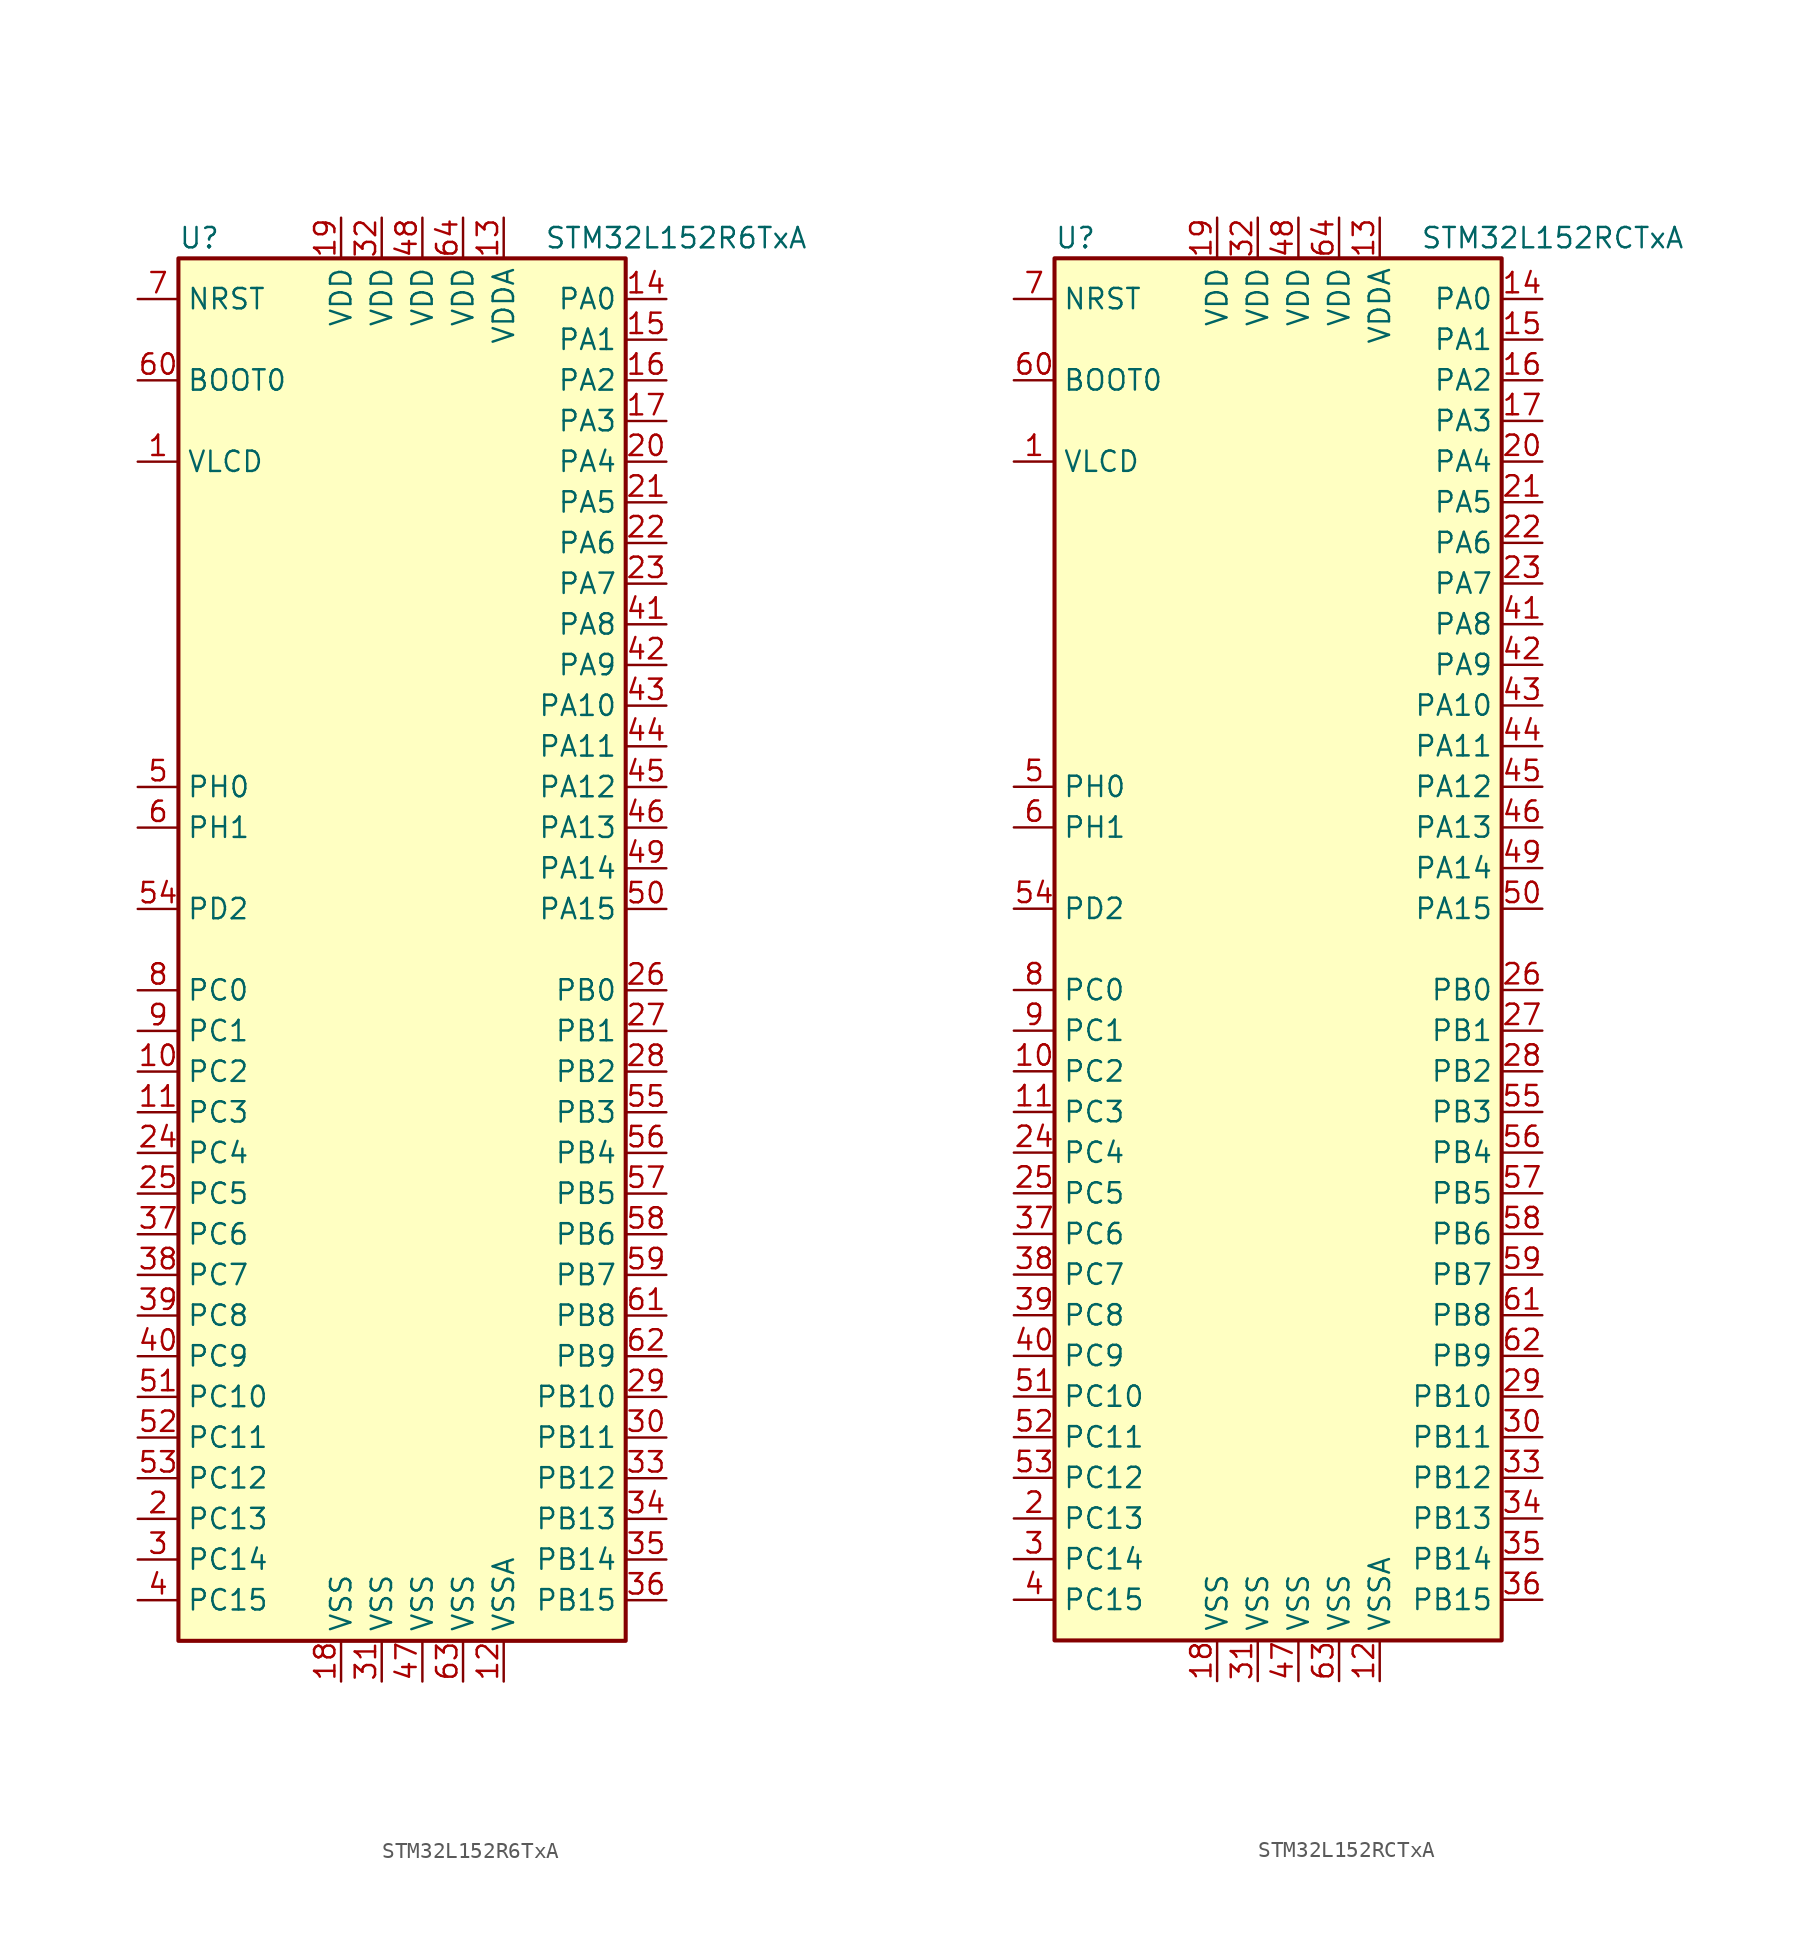
<source format=kicad_sym>
(kicad_symbol_lib
  (version 20201005)
  (generator kicad_symbol_editor)
  (symbol "STM32L152R6TxA"
    (property "Reference" "U"
      (at -15.24 44.45 0)
      (effects (font (size 1.27 1.27)) (justify left)))
    (property "Value" "STM32L152R6TxA"
      (at 7.62 44.45 0)
      (effects (font (size 1.27 1.27)) (justify left)))
    (symbol "STM32L152R6TxA_0_1"
      (rectangle (start -15.24 -43.18) (end 12.7 43.18) (stroke (width 0.254)) (fill (type background))))
    (symbol "STM32L152R6TxA_1_1"
      (pin input line (at -17.78 35.56 0) (length 2.54) (name "BOOT0" (effects (font (size 1.27 1.27)))) (number "60" (effects (font (size 1.27 1.27)))))
      (pin input line (at -17.78 40.64 0) (length 2.54) (name "NRST" (effects (font (size 1.27 1.27)))) (number "7" (effects (font (size 1.27 1.27)))))
      (pin bidirectional line (at 15.24 40.64 180) (length 2.54) (name "PA0" (effects (font (size 1.27 1.27)))) (number "14" (effects (font (size 1.27 1.27)))))
      (pin bidirectional line (at 15.24 38.1 180) (length 2.54) (name "PA1" (effects (font (size 1.27 1.27)))) (number "15" (effects (font (size 1.27 1.27)))))
      (pin bidirectional line (at 15.24 15.24 180) (length 2.54) (name "PA10" (effects (font (size 1.27 1.27)))) (number "43" (effects (font (size 1.27 1.27)))))
      (pin bidirectional line (at 15.24 12.7 180) (length 2.54) (name "PA11" (effects (font (size 1.27 1.27)))) (number "44" (effects (font (size 1.27 1.27)))))
      (pin bidirectional line (at 15.24 10.16 180) (length 2.54) (name "PA12" (effects (font (size 1.27 1.27)))) (number "45" (effects (font (size 1.27 1.27)))))
      (pin bidirectional line (at 15.24 7.62 180) (length 2.54) (name "PA13" (effects (font (size 1.27 1.27)))) (number "46" (effects (font (size 1.27 1.27)))))
      (pin bidirectional line (at 15.24 5.08 180) (length 2.54) (name "PA14" (effects (font (size 1.27 1.27)))) (number "49" (effects (font (size 1.27 1.27)))))
      (pin bidirectional line (at 15.24 2.54 180) (length 2.54) (name "PA15" (effects (font (size 1.27 1.27)))) (number "50" (effects (font (size 1.27 1.27)))))
      (pin bidirectional line (at 15.24 35.56 180) (length 2.54) (name "PA2" (effects (font (size 1.27 1.27)))) (number "16" (effects (font (size 1.27 1.27)))))
      (pin bidirectional line (at 15.24 33.02 180) (length 2.54) (name "PA3" (effects (font (size 1.27 1.27)))) (number "17" (effects (font (size 1.27 1.27)))))
      (pin bidirectional line (at 15.24 30.48 180) (length 2.54) (name "PA4" (effects (font (size 1.27 1.27)))) (number "20" (effects (font (size 1.27 1.27)))))
      (pin bidirectional line (at 15.24 27.94 180) (length 2.54) (name "PA5" (effects (font (size 1.27 1.27)))) (number "21" (effects (font (size 1.27 1.27)))))
      (pin bidirectional line (at 15.24 25.4 180) (length 2.54) (name "PA6" (effects (font (size 1.27 1.27)))) (number "22" (effects (font (size 1.27 1.27)))))
      (pin bidirectional line (at 15.24 22.86 180) (length 2.54) (name "PA7" (effects (font (size 1.27 1.27)))) (number "23" (effects (font (size 1.27 1.27)))))
      (pin bidirectional line (at 15.24 20.32 180) (length 2.54) (name "PA8" (effects (font (size 1.27 1.27)))) (number "41" (effects (font (size 1.27 1.27)))))
      (pin bidirectional line (at 15.24 17.78 180) (length 2.54) (name "PA9" (effects (font (size 1.27 1.27)))) (number "42" (effects (font (size 1.27 1.27)))))
      (pin bidirectional line (at 15.24 -2.54 180) (length 2.54) (name "PB0" (effects (font (size 1.27 1.27)))) (number "26" (effects (font (size 1.27 1.27)))))
      (pin bidirectional line (at 15.24 -5.08 180) (length 2.54) (name "PB1" (effects (font (size 1.27 1.27)))) (number "27" (effects (font (size 1.27 1.27)))))
      (pin bidirectional line (at 15.24 -27.94 180) (length 2.54) (name "PB10" (effects (font (size 1.27 1.27)))) (number "29" (effects (font (size 1.27 1.27)))))
      (pin bidirectional line (at 15.24 -30.48 180) (length 2.54) (name "PB11" (effects (font (size 1.27 1.27)))) (number "30" (effects (font (size 1.27 1.27)))))
      (pin bidirectional line (at 15.24 -33.02 180) (length 2.54) (name "PB12" (effects (font (size 1.27 1.27)))) (number "33" (effects (font (size 1.27 1.27)))))
      (pin bidirectional line (at 15.24 -35.56 180) (length 2.54) (name "PB13" (effects (font (size 1.27 1.27)))) (number "34" (effects (font (size 1.27 1.27)))))
      (pin bidirectional line (at 15.24 -38.1 180) (length 2.54) (name "PB14" (effects (font (size 1.27 1.27)))) (number "35" (effects (font (size 1.27 1.27)))))
      (pin bidirectional line (at 15.24 -40.64 180) (length 2.54) (name "PB15" (effects (font (size 1.27 1.27)))) (number "36" (effects (font (size 1.27 1.27)))))
      (pin bidirectional line (at 15.24 -7.62 180) (length 2.54) (name "PB2" (effects (font (size 1.27 1.27)))) (number "28" (effects (font (size 1.27 1.27)))))
      (pin bidirectional line (at 15.24 -10.16 180) (length 2.54) (name "PB3" (effects (font (size 1.27 1.27)))) (number "55" (effects (font (size 1.27 1.27)))))
      (pin bidirectional line (at 15.24 -12.7 180) (length 2.54) (name "PB4" (effects (font (size 1.27 1.27)))) (number "56" (effects (font (size 1.27 1.27)))))
      (pin bidirectional line (at 15.24 -15.24 180) (length 2.54) (name "PB5" (effects (font (size 1.27 1.27)))) (number "57" (effects (font (size 1.27 1.27)))))
      (pin bidirectional line (at 15.24 -17.78 180) (length 2.54) (name "PB6" (effects (font (size 1.27 1.27)))) (number "58" (effects (font (size 1.27 1.27)))))
      (pin bidirectional line (at 15.24 -20.32 180) (length 2.54) (name "PB7" (effects (font (size 1.27 1.27)))) (number "59" (effects (font (size 1.27 1.27)))))
      (pin bidirectional line (at 15.24 -22.86 180) (length 2.54) (name "PB8" (effects (font (size 1.27 1.27)))) (number "61" (effects (font (size 1.27 1.27)))))
      (pin bidirectional line (at 15.24 -25.4 180) (length 2.54) (name "PB9" (effects (font (size 1.27 1.27)))) (number "62" (effects (font (size 1.27 1.27)))))
      (pin bidirectional line (at -17.78 -2.54 0) (length 2.54) (name "PC0" (effects (font (size 1.27 1.27)))) (number "8" (effects (font (size 1.27 1.27)))))
      (pin bidirectional line (at -17.78 -5.08 0) (length 2.54) (name "PC1" (effects (font (size 1.27 1.27)))) (number "9" (effects (font (size 1.27 1.27)))))
      (pin bidirectional line (at -17.78 -27.94 0) (length 2.54) (name "PC10" (effects (font (size 1.27 1.27)))) (number "51" (effects (font (size 1.27 1.27)))))
      (pin bidirectional line (at -17.78 -30.48 0) (length 2.54) (name "PC11" (effects (font (size 1.27 1.27)))) (number "52" (effects (font (size 1.27 1.27)))))
      (pin bidirectional line (at -17.78 -33.02 0) (length 2.54) (name "PC12" (effects (font (size 1.27 1.27)))) (number "53" (effects (font (size 1.27 1.27)))))
      (pin bidirectional line (at -17.78 -35.56 0) (length 2.54) (name "PC13" (effects (font (size 1.27 1.27)))) (number "2" (effects (font (size 1.27 1.27)))))
      (pin bidirectional line (at -17.78 -38.1 0) (length 2.54) (name "PC14" (effects (font (size 1.27 1.27)))) (number "3" (effects (font (size 1.27 1.27)))))
      (pin bidirectional line (at -17.78 -40.64 0) (length 2.54) (name "PC15" (effects (font (size 1.27 1.27)))) (number "4" (effects (font (size 1.27 1.27)))))
      (pin bidirectional line (at -17.78 -7.62 0) (length 2.54) (name "PC2" (effects (font (size 1.27 1.27)))) (number "10" (effects (font (size 1.27 1.27)))))
      (pin bidirectional line (at -17.78 -10.16 0) (length 2.54) (name "PC3" (effects (font (size 1.27 1.27)))) (number "11" (effects (font (size 1.27 1.27)))))
      (pin bidirectional line (at -17.78 -12.7 0) (length 2.54) (name "PC4" (effects (font (size 1.27 1.27)))) (number "24" (effects (font (size 1.27 1.27)))))
      (pin bidirectional line (at -17.78 -15.24 0) (length 2.54) (name "PC5" (effects (font (size 1.27 1.27)))) (number "25" (effects (font (size 1.27 1.27)))))
      (pin bidirectional line (at -17.78 -17.78 0) (length 2.54) (name "PC6" (effects (font (size 1.27 1.27)))) (number "37" (effects (font (size 1.27 1.27)))))
      (pin bidirectional line (at -17.78 -20.32 0) (length 2.54) (name "PC7" (effects (font (size 1.27 1.27)))) (number "38" (effects (font (size 1.27 1.27)))))
      (pin bidirectional line (at -17.78 -22.86 0) (length 2.54) (name "PC8" (effects (font (size 1.27 1.27)))) (number "39" (effects (font (size 1.27 1.27)))))
      (pin bidirectional line (at -17.78 -25.4 0) (length 2.54) (name "PC9" (effects (font (size 1.27 1.27)))) (number "40" (effects (font (size 1.27 1.27)))))
      (pin bidirectional line (at -17.78 2.54 0) (length 2.54) (name "PD2" (effects (font (size 1.27 1.27)))) (number "54" (effects (font (size 1.27 1.27)))))
      (pin input line (at -17.78 10.16 0) (length 2.54) (name "PH0" (effects (font (size 1.27 1.27)))) (number "5" (effects (font (size 1.27 1.27)))))
      (pin input line (at -17.78 7.62 0) (length 2.54) (name "PH1" (effects (font (size 1.27 1.27)))) (number "6" (effects (font (size 1.27 1.27)))))
      (pin power_in line (at -5.08 45.72 270) (length 2.54) (name "VDD" (effects (font (size 1.27 1.27)))) (number "19" (effects (font (size 1.27 1.27)))))
      (pin power_in line (at -2.54 45.72 270) (length 2.54) (name "VDD" (effects (font (size 1.27 1.27)))) (number "32" (effects (font (size 1.27 1.27)))))
      (pin power_in line (at 0 45.72 270) (length 2.54) (name "VDD" (effects (font (size 1.27 1.27)))) (number "48" (effects (font (size 1.27 1.27)))))
      (pin power_in line (at 2.54 45.72 270) (length 2.54) (name "VDD" (effects (font (size 1.27 1.27)))) (number "64" (effects (font (size 1.27 1.27)))))
      (pin power_in line (at 5.08 45.72 270) (length 2.54) (name "VDDA" (effects (font (size 1.27 1.27)))) (number "13" (effects (font (size 1.27 1.27)))))
      (pin power_in line (at -17.78 30.48 0) (length 2.54) (name "VLCD" (effects (font (size 1.27 1.27)))) (number "1" (effects (font (size 1.27 1.27)))))
      (pin power_in line (at -5.08 -45.72 90) (length 2.54) (name "VSS" (effects (font (size 1.27 1.27)))) (number "18" (effects (font (size 1.27 1.27)))))
      (pin power_in line (at -2.54 -45.72 90) (length 2.54) (name "VSS" (effects (font (size 1.27 1.27)))) (number "31" (effects (font (size 1.27 1.27)))))
      (pin power_in line (at 0 -45.72 90) (length 2.54) (name "VSS" (effects (font (size 1.27 1.27)))) (number "47" (effects (font (size 1.27 1.27)))))
      (pin power_in line (at 2.54 -45.72 90) (length 2.54) (name "VSS" (effects (font (size 1.27 1.27)))) (number "63" (effects (font (size 1.27 1.27)))))
      (pin power_in line (at 5.08 -45.72 90) (length 2.54) (name "VSSA" (effects (font (size 1.27 1.27)))) (number "12" (effects (font (size 1.27 1.27)))))))
  (symbol "STM32L152RCTxA"
    (property "Reference" "U"
      (at -15.24 44.45 0)
      (effects (font (size 1.27 1.27)) (justify left)))
    (property "Value" "STM32L152RCTxA"
      (at 7.62 44.45 0)
      (effects (font (size 1.27 1.27)) (justify left)))
    (symbol "STM32L152RCTxA_0_1"
      (rectangle (start -15.24 -43.18) (end 12.7 43.18) (stroke (width 0.254)) (fill (type background))))
    (symbol "STM32L152RCTxA_1_1"
      (pin input line (at -17.78 35.56 0) (length 2.54) (name "BOOT0" (effects (font (size 1.27 1.27)))) (number "60" (effects (font (size 1.27 1.27)))))
      (pin input line (at -17.78 40.64 0) (length 2.54) (name "NRST" (effects (font (size 1.27 1.27)))) (number "7" (effects (font (size 1.27 1.27)))))
      (pin bidirectional line (at 15.24 40.64 180) (length 2.54) (name "PA0" (effects (font (size 1.27 1.27)))) (number "14" (effects (font (size 1.27 1.27)))))
      (pin bidirectional line (at 15.24 38.1 180) (length 2.54) (name "PA1" (effects (font (size 1.27 1.27)))) (number "15" (effects (font (size 1.27 1.27)))))
      (pin bidirectional line (at 15.24 15.24 180) (length 2.54) (name "PA10" (effects (font (size 1.27 1.27)))) (number "43" (effects (font (size 1.27 1.27)))))
      (pin bidirectional line (at 15.24 12.7 180) (length 2.54) (name "PA11" (effects (font (size 1.27 1.27)))) (number "44" (effects (font (size 1.27 1.27)))))
      (pin bidirectional line (at 15.24 10.16 180) (length 2.54) (name "PA12" (effects (font (size 1.27 1.27)))) (number "45" (effects (font (size 1.27 1.27)))))
      (pin bidirectional line (at 15.24 7.62 180) (length 2.54) (name "PA13" (effects (font (size 1.27 1.27)))) (number "46" (effects (font (size 1.27 1.27)))))
      (pin bidirectional line (at 15.24 5.08 180) (length 2.54) (name "PA14" (effects (font (size 1.27 1.27)))) (number "49" (effects (font (size 1.27 1.27)))))
      (pin bidirectional line (at 15.24 2.54 180) (length 2.54) (name "PA15" (effects (font (size 1.27 1.27)))) (number "50" (effects (font (size 1.27 1.27)))))
      (pin bidirectional line (at 15.24 35.56 180) (length 2.54) (name "PA2" (effects (font (size 1.27 1.27)))) (number "16" (effects (font (size 1.27 1.27)))))
      (pin bidirectional line (at 15.24 33.02 180) (length 2.54) (name "PA3" (effects (font (size 1.27 1.27)))) (number "17" (effects (font (size 1.27 1.27)))))
      (pin bidirectional line (at 15.24 30.48 180) (length 2.54) (name "PA4" (effects (font (size 1.27 1.27)))) (number "20" (effects (font (size 1.27 1.27)))))
      (pin bidirectional line (at 15.24 27.94 180) (length 2.54) (name "PA5" (effects (font (size 1.27 1.27)))) (number "21" (effects (font (size 1.27 1.27)))))
      (pin bidirectional line (at 15.24 25.4 180) (length 2.54) (name "PA6" (effects (font (size 1.27 1.27)))) (number "22" (effects (font (size 1.27 1.27)))))
      (pin bidirectional line (at 15.24 22.86 180) (length 2.54) (name "PA7" (effects (font (size 1.27 1.27)))) (number "23" (effects (font (size 1.27 1.27)))))
      (pin bidirectional line (at 15.24 20.32 180) (length 2.54) (name "PA8" (effects (font (size 1.27 1.27)))) (number "41" (effects (font (size 1.27 1.27)))))
      (pin bidirectional line (at 15.24 17.78 180) (length 2.54) (name "PA9" (effects (font (size 1.27 1.27)))) (number "42" (effects (font (size 1.27 1.27)))))
      (pin bidirectional line (at 15.24 -2.54 180) (length 2.54) (name "PB0" (effects (font (size 1.27 1.27)))) (number "26" (effects (font (size 1.27 1.27)))))
      (pin bidirectional line (at 15.24 -5.08 180) (length 2.54) (name "PB1" (effects (font (size 1.27 1.27)))) (number "27" (effects (font (size 1.27 1.27)))))
      (pin bidirectional line (at 15.24 -27.94 180) (length 2.54) (name "PB10" (effects (font (size 1.27 1.27)))) (number "29" (effects (font (size 1.27 1.27)))))
      (pin bidirectional line (at 15.24 -30.48 180) (length 2.54) (name "PB11" (effects (font (size 1.27 1.27)))) (number "30" (effects (font (size 1.27 1.27)))))
      (pin bidirectional line (at 15.24 -33.02 180) (length 2.54) (name "PB12" (effects (font (size 1.27 1.27)))) (number "33" (effects (font (size 1.27 1.27)))))
      (pin bidirectional line (at 15.24 -35.56 180) (length 2.54) (name "PB13" (effects (font (size 1.27 1.27)))) (number "34" (effects (font (size 1.27 1.27)))))
      (pin bidirectional line (at 15.24 -38.1 180) (length 2.54) (name "PB14" (effects (font (size 1.27 1.27)))) (number "35" (effects (font (size 1.27 1.27)))))
      (pin bidirectional line (at 15.24 -40.64 180) (length 2.54) (name "PB15" (effects (font (size 1.27 1.27)))) (number "36" (effects (font (size 1.27 1.27)))))
      (pin bidirectional line (at 15.24 -7.62 180) (length 2.54) (name "PB2" (effects (font (size 1.27 1.27)))) (number "28" (effects (font (size 1.27 1.27)))))
      (pin bidirectional line (at 15.24 -10.16 180) (length 2.54) (name "PB3" (effects (font (size 1.27 1.27)))) (number "55" (effects (font (size 1.27 1.27)))))
      (pin bidirectional line (at 15.24 -12.7 180) (length 2.54) (name "PB4" (effects (font (size 1.27 1.27)))) (number "56" (effects (font (size 1.27 1.27)))))
      (pin bidirectional line (at 15.24 -15.24 180) (length 2.54) (name "PB5" (effects (font (size 1.27 1.27)))) (number "57" (effects (font (size 1.27 1.27)))))
      (pin bidirectional line (at 15.24 -17.78 180) (length 2.54) (name "PB6" (effects (font (size 1.27 1.27)))) (number "58" (effects (font (size 1.27 1.27)))))
      (pin bidirectional line (at 15.24 -20.32 180) (length 2.54) (name "PB7" (effects (font (size 1.27 1.27)))) (number "59" (effects (font (size 1.27 1.27)))))
      (pin bidirectional line (at 15.24 -22.86 180) (length 2.54) (name "PB8" (effects (font (size 1.27 1.27)))) (number "61" (effects (font (size 1.27 1.27)))))
      (pin bidirectional line (at 15.24 -25.4 180) (length 2.54) (name "PB9" (effects (font (size 1.27 1.27)))) (number "62" (effects (font (size 1.27 1.27)))))
      (pin bidirectional line (at -17.78 -2.54 0) (length 2.54) (name "PC0" (effects (font (size 1.27 1.27)))) (number "8" (effects (font (size 1.27 1.27)))))
      (pin bidirectional line (at -17.78 -5.08 0) (length 2.54) (name "PC1" (effects (font (size 1.27 1.27)))) (number "9" (effects (font (size 1.27 1.27)))))
      (pin bidirectional line (at -17.78 -27.94 0) (length 2.54) (name "PC10" (effects (font (size 1.27 1.27)))) (number "51" (effects (font (size 1.27 1.27)))))
      (pin bidirectional line (at -17.78 -30.48 0) (length 2.54) (name "PC11" (effects (font (size 1.27 1.27)))) (number "52" (effects (font (size 1.27 1.27)))))
      (pin bidirectional line (at -17.78 -33.02 0) (length 2.54) (name "PC12" (effects (font (size 1.27 1.27)))) (number "53" (effects (font (size 1.27 1.27)))))
      (pin bidirectional line (at -17.78 -35.56 0) (length 2.54) (name "PC13" (effects (font (size 1.27 1.27)))) (number "2" (effects (font (size 1.27 1.27)))))
      (pin bidirectional line (at -17.78 -38.1 0) (length 2.54) (name "PC14" (effects (font (size 1.27 1.27)))) (number "3" (effects (font (size 1.27 1.27)))))
      (pin bidirectional line (at -17.78 -40.64 0) (length 2.54) (name "PC15" (effects (font (size 1.27 1.27)))) (number "4" (effects (font (size 1.27 1.27)))))
      (pin bidirectional line (at -17.78 -7.62 0) (length 2.54) (name "PC2" (effects (font (size 1.27 1.27)))) (number "10" (effects (font (size 1.27 1.27)))))
      (pin bidirectional line (at -17.78 -10.16 0) (length 2.54) (name "PC3" (effects (font (size 1.27 1.27)))) (number "11" (effects (font (size 1.27 1.27)))))
      (pin bidirectional line (at -17.78 -12.7 0) (length 2.54) (name "PC4" (effects (font (size 1.27 1.27)))) (number "24" (effects (font (size 1.27 1.27)))))
      (pin bidirectional line (at -17.78 -15.24 0) (length 2.54) (name "PC5" (effects (font (size 1.27 1.27)))) (number "25" (effects (font (size 1.27 1.27)))))
      (pin bidirectional line (at -17.78 -17.78 0) (length 2.54) (name "PC6" (effects (font (size 1.27 1.27)))) (number "37" (effects (font (size 1.27 1.27)))))
      (pin bidirectional line (at -17.78 -20.32 0) (length 2.54) (name "PC7" (effects (font (size 1.27 1.27)))) (number "38" (effects (font (size 1.27 1.27)))))
      (pin bidirectional line (at -17.78 -22.86 0) (length 2.54) (name "PC8" (effects (font (size 1.27 1.27)))) (number "39" (effects (font (size 1.27 1.27)))))
      (pin bidirectional line (at -17.78 -25.4 0) (length 2.54) (name "PC9" (effects (font (size 1.27 1.27)))) (number "40" (effects (font (size 1.27 1.27)))))
      (pin bidirectional line (at -17.78 2.54 0) (length 2.54) (name "PD2" (effects (font (size 1.27 1.27)))) (number "54" (effects (font (size 1.27 1.27)))))
      (pin input line (at -17.78 10.16 0) (length 2.54) (name "PH0" (effects (font (size 1.27 1.27)))) (number "5" (effects (font (size 1.27 1.27)))))
      (pin input line (at -17.78 7.62 0) (length 2.54) (name "PH1" (effects (font (size 1.27 1.27)))) (number "6" (effects (font (size 1.27 1.27)))))
      (pin power_in line (at -5.08 45.72 270) (length 2.54) (name "VDD" (effects (font (size 1.27 1.27)))) (number "19" (effects (font (size 1.27 1.27)))))
      (pin power_in line (at -2.54 45.72 270) (length 2.54) (name "VDD" (effects (font (size 1.27 1.27)))) (number "32" (effects (font (size 1.27 1.27)))))
      (pin power_in line (at 0 45.72 270) (length 2.54) (name "VDD" (effects (font (size 1.27 1.27)))) (number "48" (effects (font (size 1.27 1.27)))))
      (pin power_in line (at 2.54 45.72 270) (length 2.54) (name "VDD" (effects (font (size 1.27 1.27)))) (number "64" (effects (font (size 1.27 1.27)))))
      (pin power_in line (at 5.08 45.72 270) (length 2.54) (name "VDDA" (effects (font (size 1.27 1.27)))) (number "13" (effects (font (size 1.27 1.27)))))
      (pin power_in line (at -17.78 30.48 0) (length 2.54) (name "VLCD" (effects (font (size 1.27 1.27)))) (number "1" (effects (font (size 1.27 1.27)))))
      (pin power_in line (at -5.08 -45.72 90) (length 2.54) (name "VSS" (effects (font (size 1.27 1.27)))) (number "18" (effects (font (size 1.27 1.27)))))
      (pin power_in line (at -2.54 -45.72 90) (length 2.54) (name "VSS" (effects (font (size 1.27 1.27)))) (number "31" (effects (font (size 1.27 1.27)))))
      (pin power_in line (at 0 -45.72 90) (length 2.54) (name "VSS" (effects (font (size 1.27 1.27)))) (number "47" (effects (font (size 1.27 1.27)))))
      (pin power_in line (at 2.54 -45.72 90) (length 2.54) (name "VSS" (effects (font (size 1.27 1.27)))) (number "63" (effects (font (size 1.27 1.27)))))
      (pin power_in line (at 5.08 -45.72 90) (length 2.54) (name "VSSA" (effects (font (size 1.27 1.27)))) (number "12" (effects (font (size 1.27 1.27))))))))
</source>
